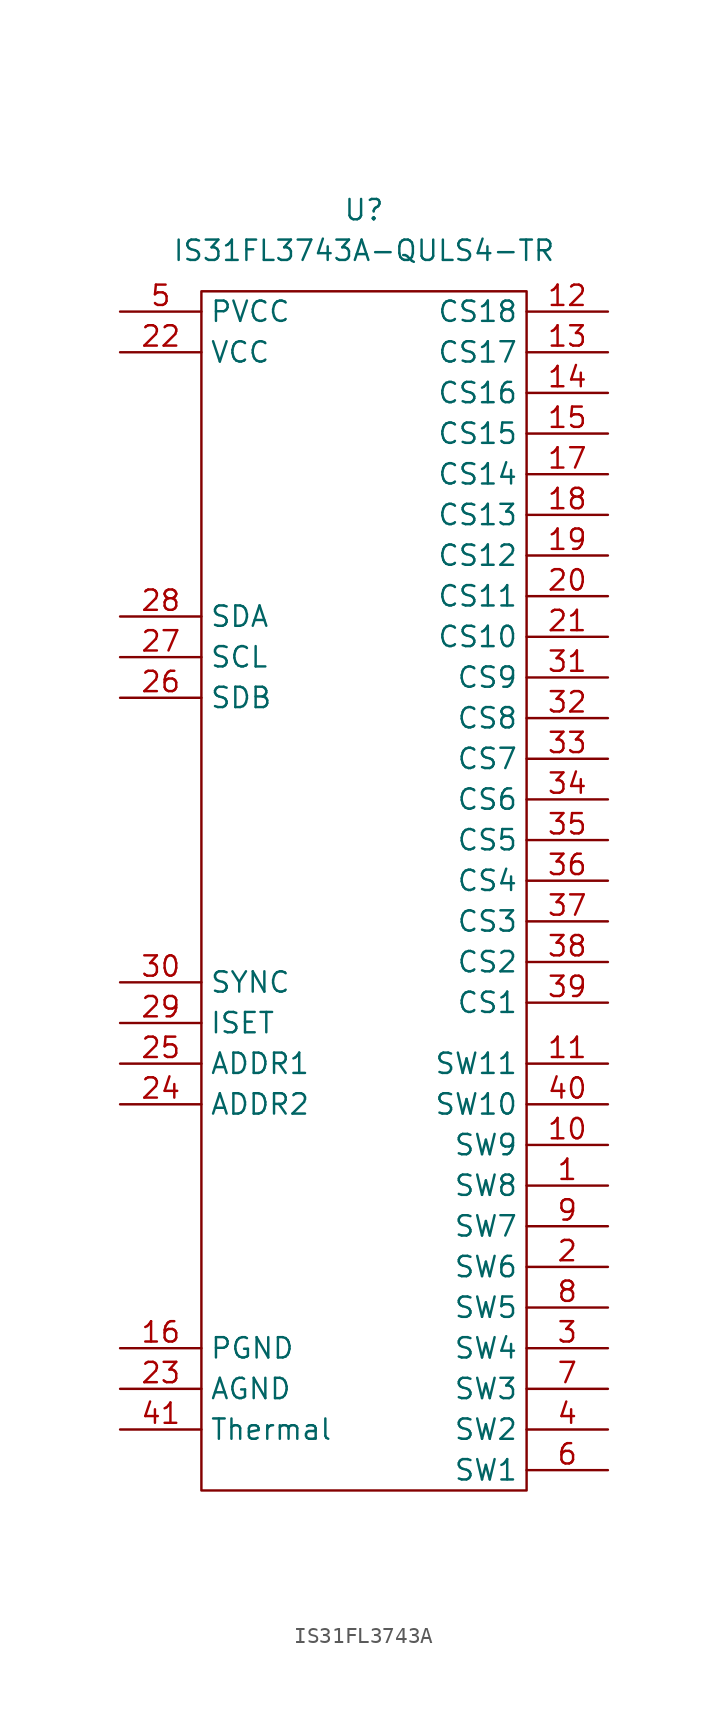
<source format=kicad_sym>
(kicad_symbol_lib
  (version 20220914)
  (generator kicad_symbol_editor)
  (symbol "IS31FL3743A"
    (property "Reference" "U"
      (at 5.08 13.97 0)
      (effects (font (size 1.27 1.27))))
    (property "Value" "IS31FL3743A-QULS4-TR"
      (at 5.08 11.43 0)
      (effects (font (size 1.27 1.27))))
    (symbol "IS31FL3743A_0_1"
      (rectangle (start -5.08 8.89) (end 15.24 -66.04) (stroke (width 0) (type default)) (fill (type none))))
    (symbol "IS31FL3743A_1_1"
      (pin input line (at 20.32 -46.99 180) (length 5.08) (name "SW8" (effects (font (size 1.27 1.27)))) (number "1" (effects (font (size 1.27 1.27)))))
      (pin input line (at 20.32 -44.45 180) (length 5.08) (name "SW9" (effects (font (size 1.27 1.27)))) (number "10" (effects (font (size 1.27 1.27)))))
      (pin input line (at 20.32 -39.37 180) (length 5.08) (name "SW11" (effects (font (size 1.27 1.27)))) (number "11" (effects (font (size 1.27 1.27)))))
      (pin input line (at 20.32 7.62 180) (length 5.08) (name "CS18" (effects (font (size 1.27 1.27)))) (number "12" (effects (font (size 1.27 1.27)))))
      (pin output line (at 20.32 5.08 180) (length 5.08) (name "CS17" (effects (font (size 1.27 1.27)))) (number "13" (effects (font (size 1.27 1.27)))))
      (pin output line (at 20.32 2.54 180) (length 5.08) (name "CS16" (effects (font (size 1.27 1.27)))) (number "14" (effects (font (size 1.27 1.27)))))
      (pin output line (at 20.32 0 180) (length 5.08) (name "CS15" (effects (font (size 1.27 1.27)))) (number "15" (effects (font (size 1.27 1.27)))))
      (pin power_in line (at -10.16 -57.15 0) (length 5.08) (name "PGND" (effects (font (size 1.27 1.27)))) (number "16" (effects (font (size 1.27 1.27)))))
      (pin output line (at 20.32 -2.54 180) (length 5.08) (name "CS14" (effects (font (size 1.27 1.27)))) (number "17" (effects (font (size 1.27 1.27)))))
      (pin output line (at 20.32 -5.08 180) (length 5.08) (name "CS13" (effects (font (size 1.27 1.27)))) (number "18" (effects (font (size 1.27 1.27)))))
      (pin output line (at 20.32 -7.62 180) (length 5.08) (name "CS12" (effects (font (size 1.27 1.27)))) (number "19" (effects (font (size 1.27 1.27)))))
      (pin input line (at 20.32 -52.07 180) (length 5.08) (name "SW6" (effects (font (size 1.27 1.27)))) (number "2" (effects (font (size 1.27 1.27)))))
      (pin output line (at 20.32 -10.16 180) (length 5.08) (name "CS11" (effects (font (size 1.27 1.27)))) (number "20" (effects (font (size 1.27 1.27)))))
      (pin output line (at 20.32 -12.7 180) (length 5.08) (name "CS10" (effects (font (size 1.27 1.27)))) (number "21" (effects (font (size 1.27 1.27)))))
      (pin input line (at -10.16 5.08 0) (length 5.08) (name "VCC" (effects (font (size 1.27 1.27)))) (number "22" (effects (font (size 1.27 1.27)))))
      (pin power_in line (at -10.16 -59.69 0) (length 5.08) (name "AGND" (effects (font (size 1.27 1.27)))) (number "23" (effects (font (size 1.27 1.27)))))
      (pin unspecified line (at -10.16 -41.91 0) (length 5.08) (name "ADDR2" (effects (font (size 1.27 1.27)))) (number "24" (effects (font (size 1.27 1.27)))))
      (pin unspecified line (at -10.16 -39.37 0) (length 5.08) (name "ADDR1" (effects (font (size 1.27 1.27)))) (number "25" (effects (font (size 1.27 1.27)))))
      (pin unspecified line (at -10.16 -16.51 0) (length 5.08) (name "SDB" (effects (font (size 1.27 1.27)))) (number "26" (effects (font (size 1.27 1.27)))))
      (pin unspecified line (at -10.16 -13.97 0) (length 5.08) (name "SCL" (effects (font (size 1.27 1.27)))) (number "27" (effects (font (size 1.27 1.27)))))
      (pin unspecified line (at -10.16 -11.43 0) (length 5.08) (name "SDA" (effects (font (size 1.27 1.27)))) (number "28" (effects (font (size 1.27 1.27)))))
      (pin unspecified line (at -10.16 -36.83 0) (length 5.08) (name "ISET" (effects (font (size 1.27 1.27)))) (number "29" (effects (font (size 1.27 1.27)))))
      (pin input line (at 20.32 -57.15 180) (length 5.08) (name "SW4" (effects (font (size 1.27 1.27)))) (number "3" (effects (font (size 1.27 1.27)))))
      (pin unspecified line (at -10.16 -34.29 0) (length 5.08) (name "SYNC" (effects (font (size 1.27 1.27)))) (number "30" (effects (font (size 1.27 1.27)))))
      (pin output line (at 20.32 -15.24 180) (length 5.08) (name "CS9" (effects (font (size 1.27 1.27)))) (number "31" (effects (font (size 1.27 1.27)))))
      (pin output line (at 20.32 -17.78 180) (length 5.08) (name "CS8" (effects (font (size 1.27 1.27)))) (number "32" (effects (font (size 1.27 1.27)))))
      (pin output line (at 20.32 -20.32 180) (length 5.08) (name "CS7" (effects (font (size 1.27 1.27)))) (number "33" (effects (font (size 1.27 1.27)))))
      (pin output line (at 20.32 -22.86 180) (length 5.08) (name "CS6" (effects (font (size 1.27 1.27)))) (number "34" (effects (font (size 1.27 1.27)))))
      (pin output line (at 20.32 -25.4 180) (length 5.08) (name "CS5" (effects (font (size 1.27 1.27)))) (number "35" (effects (font (size 1.27 1.27)))))
      (pin output line (at 20.32 -27.94 180) (length 5.08) (name "CS4" (effects (font (size 1.27 1.27)))) (number "36" (effects (font (size 1.27 1.27)))))
      (pin output line (at 20.32 -30.48 180) (length 5.08) (name "CS3" (effects (font (size 1.27 1.27)))) (number "37" (effects (font (size 1.27 1.27)))))
      (pin output line (at 20.32 -33.02 180) (length 5.08) (name "CS2" (effects (font (size 1.27 1.27)))) (number "38" (effects (font (size 1.27 1.27)))))
      (pin output line (at 20.32 -35.56 180) (length 5.08) (name "CS1" (effects (font (size 1.27 1.27)))) (number "39" (effects (font (size 1.27 1.27)))))
      (pin input line (at 20.32 -62.23 180) (length 5.08) (name "SW2" (effects (font (size 1.27 1.27)))) (number "4" (effects (font (size 1.27 1.27)))))
      (pin input line (at 20.32 -41.91 180) (length 5.08) (name "SW10" (effects (font (size 1.27 1.27)))) (number "40" (effects (font (size 1.27 1.27)))))
      (pin power_in line (at -10.16 -62.23 0) (length 5.08) (name "Thermal" (effects (font (size 1.27 1.27)))) (number "41" (effects (font (size 1.27 1.27)))))
      (pin input line (at -10.16 7.62 0) (length 5.08) (name "PVCC" (effects (font (size 1.27 1.27)))) (number "5" (effects (font (size 1.27 1.27)))))
      (pin input line (at 20.32 -64.77 180) (length 5.08) (name "SW1" (effects (font (size 1.27 1.27)))) (number "6" (effects (font (size 1.27 1.27)))))
      (pin input line (at 20.32 -59.69 180) (length 5.08) (name "SW3" (effects (font (size 1.27 1.27)))) (number "7" (effects (font (size 1.27 1.27)))))
      (pin input line (at 20.32 -54.61 180) (length 5.08) (name "SW5" (effects (font (size 1.27 1.27)))) (number "8" (effects (font (size 1.27 1.27)))))
      (pin input line (at 20.32 -49.53 180) (length 5.08) (name "SW7" (effects (font (size 1.27 1.27)))) (number "9" (effects (font (size 1.27 1.27))))))))
</source>
